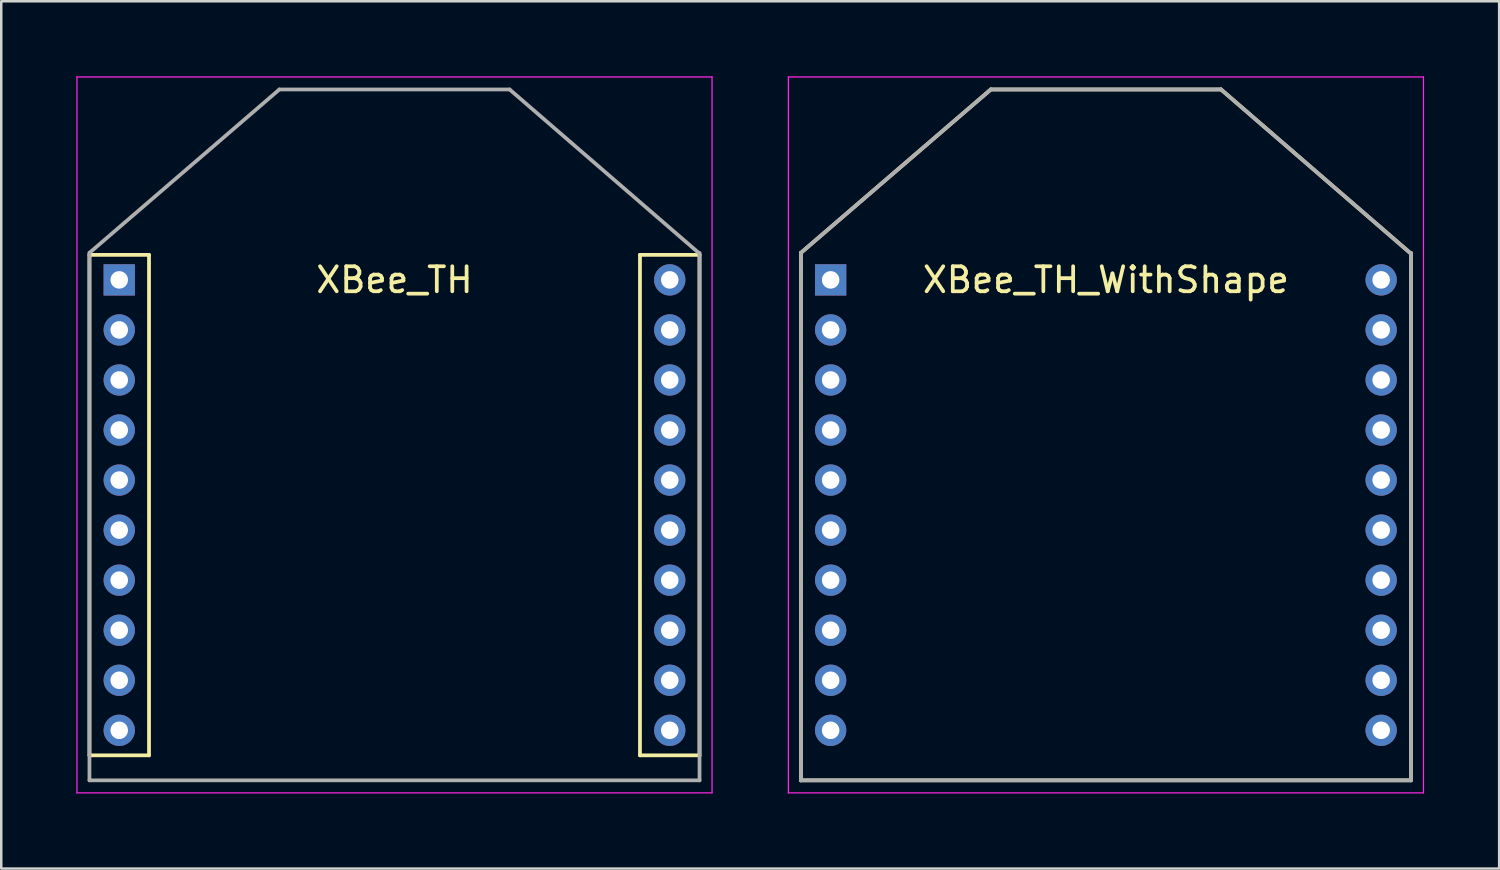
<source format=kicad_pcb>
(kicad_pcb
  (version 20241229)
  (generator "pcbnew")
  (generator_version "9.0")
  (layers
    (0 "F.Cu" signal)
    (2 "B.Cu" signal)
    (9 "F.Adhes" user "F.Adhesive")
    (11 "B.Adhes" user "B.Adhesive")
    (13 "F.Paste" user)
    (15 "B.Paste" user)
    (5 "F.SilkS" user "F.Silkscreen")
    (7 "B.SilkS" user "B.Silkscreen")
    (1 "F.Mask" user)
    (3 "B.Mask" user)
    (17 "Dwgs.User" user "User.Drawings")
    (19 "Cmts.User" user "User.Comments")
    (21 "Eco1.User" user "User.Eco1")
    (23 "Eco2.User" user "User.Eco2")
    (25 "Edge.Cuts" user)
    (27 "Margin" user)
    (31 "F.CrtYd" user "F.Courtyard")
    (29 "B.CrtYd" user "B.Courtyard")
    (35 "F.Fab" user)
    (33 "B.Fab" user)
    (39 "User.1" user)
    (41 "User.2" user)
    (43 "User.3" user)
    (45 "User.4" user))
  (footprint "XBee_TH_WithShape"
    (layer "F.Cu")
    (at 41.145 17.135)
    (property "Reference" "XBee_TH_WithShape" (at 0 -9 0) (layer "F.SilkS") (effects (font (size 1 1) (thickness 0.15))))
    (attr smd)
    (fp_line (start -12.19 -10.08) (end -12.19 11) (stroke (width 0.15) (type solid)) (layer "F.SilkS"))
    (fp_line (start -12.19 11) (end 12.19 11) (stroke (width 0.15) (type solid)) (layer "F.SilkS"))
    (fp_line (start -4.6 -16.61) (end -12.19 -10.08) (stroke (width 0.15) (type solid)) (layer "F.SilkS"))
    (fp_line (start -4.6 -16.61) (end 4.6 -16.61) (stroke (width 0.15) (type solid)) (layer "F.SilkS"))
    (fp_line (start 4.6 -16.61) (end 12.19 -10.05) (stroke (width 0.15) (type solid)) (layer "F.SilkS"))
    (fp_line (start 12.19 -10.08) (end 12.19 11) (stroke (width 0.15) (type solid)) (layer "F.SilkS"))
    (fp_line (start -12.69 -17.11) (end -12.69 11.5) (stroke (width 0.05) (type solid)) (layer "F.CrtYd"))
    (fp_line (start -12.69 -17.11) (end 12.69 -17.11) (stroke (width 0.05) (type solid)) (layer "F.CrtYd"))
    (fp_line (start -12.69 11.5) (end 12.69 11.5) (stroke (width 0.05) (type solid)) (layer "F.CrtYd"))
    (fp_line (start 12.69 -17.11) (end 12.69 11.5) (stroke (width 0.05) (type solid)) (layer "F.CrtYd"))
    (fp_line (start -12.19 -10.08) (end -12.19 11) (stroke (width 0.15) (type solid)) (layer "F.Fab"))
    (fp_line (start -12.19 11) (end 12.19 11) (stroke (width 0.15) (type solid)) (layer "F.Fab"))
    (fp_line (start -4.6 -16.61) (end -12.19 -10.08) (stroke (width 0.15) (type solid)) (layer "F.Fab"))
    (fp_line (start -4.6 -16.61) (end 4.6 -16.61) (stroke (width 0.15) (type solid)) (layer "F.Fab"))
    (fp_line (start 4.6 -16.61) (end 12.19 -10.05) (stroke (width 0.15) (type solid)) (layer "F.Fab"))
    (fp_line (start 12.19 -10.08) (end 12.19 11) (stroke (width 0.15) (type solid)) (layer "F.Fab"))
    (pad "1" thru_hole rect (at -11 -9) (size 1.25 1.25) (drill 0.7) (layers "*.Cu" "*.Mask"))
    (pad "2" thru_hole circle (at -11 -7) (size 1.25 1.25) (drill 0.7) (layers "*.Cu" "*.Mask"))
    (pad "3" thru_hole circle (at -11 -5) (size 1.25 1.25) (drill 0.7) (layers "*.Cu" "*.Mask"))
    (pad "4" thru_hole circle (at -11 -3) (size 1.25 1.25) (drill 0.7) (layers "*.Cu" "*.Mask"))
    (pad "5" thru_hole circle (at -11 -1) (size 1.25 1.25) (drill 0.7) (layers "*.Cu" "*.Mask"))
    (pad "6" thru_hole circle (at -11 1) (size 1.25 1.25) (drill 0.7) (layers "*.Cu" "*.Mask"))
    (pad "7" thru_hole circle (at -11 3) (size 1.25 1.25) (drill 0.7) (layers "*.Cu" "*.Mask"))
    (pad "8" thru_hole circle (at -11 5) (size 1.25 1.25) (drill 0.7) (layers "*.Cu" "*.Mask"))
    (pad "9" thru_hole circle (at -11 7) (size 1.25 1.25) (drill 0.7) (layers "*.Cu" "*.Mask"))
    (pad "10" thru_hole circle (at -11 9) (size 1.25 1.25) (drill 0.7) (layers "*.Cu" "*.Mask"))
    (pad "11" thru_hole circle (at 11 9) (size 1.25 1.25) (drill 0.7) (layers "*.Cu" "*.Mask"))
    (pad "12" thru_hole circle (at 11 7) (size 1.25 1.25) (drill 0.7) (layers "*.Cu" "*.Mask"))
    (pad "13" thru_hole circle (at 11 5) (size 1.25 1.25) (drill 0.7) (layers "*.Cu" "*.Mask"))
    (pad "14" thru_hole circle (at 11 3) (size 1.25 1.25) (drill 0.7) (layers "*.Cu" "*.Mask"))
    (pad "15" thru_hole circle (at 11 1) (size 1.25 1.25) (drill 0.7) (layers "*.Cu" "*.Mask"))
    (pad "16" thru_hole circle (at 11 -1) (size 1.25 1.25) (drill 0.7) (layers "*.Cu" "*.Mask"))
    (pad "17" thru_hole circle (at 11 -3) (size 1.25 1.25) (drill 0.7) (layers "*.Cu" "*.Mask"))
    (pad "18" thru_hole circle (at 11 -5) (size 1.25 1.25) (drill 0.7) (layers "*.Cu" "*.Mask"))
    (pad "19" thru_hole circle (at 11 -7) (size 1.25 1.25) (drill 0.7) (layers "*.Cu" "*.Mask"))
    (pad "20" thru_hole circle (at 11 -9) (size 1.25 1.25) (drill 0.7) (layers "*.Cu" "*.Mask")))
  (footprint "XBee_TH"
    (layer "F.Cu")
    (at 12.715 17.135)
    (property "Reference" "XBee_TH" (at 0 -9 0) (layer "F.SilkS") (effects (font (size 1 1) (thickness 0.15))))
    (attr smd)
    (fp_line (start -12.19 -10) (end -12.19 10) (stroke (width 0.15) (type solid)) (layer "F.SilkS"))
    (fp_line (start -12.19 -10) (end -9.81 -10) (stroke (width 0.15) (type solid)) (layer "F.SilkS"))
    (fp_line (start -12.19 10) (end -9.81 10) (stroke (width 0.15) (type solid)) (layer "F.SilkS"))
    (fp_line (start -9.81 -10) (end -9.81 10) (stroke (width 0.15) (type solid)) (layer "F.SilkS"))
    (fp_line (start 9.81 -10) (end 9.81 10) (stroke (width 0.15) (type solid)) (layer "F.SilkS"))
    (fp_line (start 9.81 -10) (end 12.19 -10) (stroke (width 0.15) (type solid)) (layer "F.SilkS"))
    (fp_line (start 9.81 10) (end 12.19 10) (stroke (width 0.15) (type solid)) (layer "F.SilkS"))
    (fp_line (start 12.19 -10) (end 12.19 10) (stroke (width 0.15) (type solid)) (layer "F.SilkS"))
    (fp_line (start -12.69 -17.11) (end -12.69 11.5) (stroke (width 0.05) (type solid)) (layer "F.CrtYd"))
    (fp_line (start -12.69 -17.11) (end 12.69 -17.11) (stroke (width 0.05) (type solid)) (layer "F.CrtYd"))
    (fp_line (start -12.69 11.5) (end 12.69 11.5) (stroke (width 0.05) (type solid)) (layer "F.CrtYd"))
    (fp_line (start 12.69 -17.11) (end 12.69 11.5) (stroke (width 0.05) (type solid)) (layer "F.CrtYd"))
    (fp_line (start -12.19 -10.08) (end -12.19 11) (stroke (width 0.15) (type solid)) (layer "F.Fab"))
    (fp_line (start -12.19 11) (end 12.19 11) (stroke (width 0.15) (type solid)) (layer "F.Fab"))
    (fp_line (start -4.6 -16.61) (end -12.19 -10.08) (stroke (width 0.15) (type solid)) (layer "F.Fab"))
    (fp_line (start -4.6 -16.61) (end 4.6 -16.61) (stroke (width 0.15) (type solid)) (layer "F.Fab"))
    (fp_line (start 4.6 -16.61) (end 12.19 -10.05) (stroke (width 0.15) (type solid)) (layer "F.Fab"))
    (fp_line (start 12.19 -10.08) (end 12.19 11) (stroke (width 0.15) (type solid)) (layer "F.Fab"))
    (pad "1" thru_hole rect (at -11 -9) (size 1.25 1.25) (drill 0.7) (layers "*.Cu" "*.Mask"))
    (pad "2" thru_hole circle (at -11 -7) (size 1.25 1.25) (drill 0.7) (layers "*.Cu" "*.Mask"))
    (pad "3" thru_hole circle (at -11 -5) (size 1.25 1.25) (drill 0.7) (layers "*.Cu" "*.Mask"))
    (pad "4" thru_hole circle (at -11 -3) (size 1.25 1.25) (drill 0.7) (layers "*.Cu" "*.Mask"))
    (pad "5" thru_hole circle (at -11 -1) (size 1.25 1.25) (drill 0.7) (layers "*.Cu" "*.Mask"))
    (pad "6" thru_hole circle (at -11 1) (size 1.25 1.25) (drill 0.7) (layers "*.Cu" "*.Mask"))
    (pad "7" thru_hole circle (at -11 3) (size 1.25 1.25) (drill 0.7) (layers "*.Cu" "*.Mask"))
    (pad "8" thru_hole circle (at -11 5) (size 1.25 1.25) (drill 0.7) (layers "*.Cu" "*.Mask"))
    (pad "9" thru_hole circle (at -11 7) (size 1.25 1.25) (drill 0.7) (layers "*.Cu" "*.Mask"))
    (pad "10" thru_hole circle (at -11 9) (size 1.25 1.25) (drill 0.7) (layers "*.Cu" "*.Mask"))
    (pad "11" thru_hole circle (at 11 9) (size 1.25 1.25) (drill 0.7) (layers "*.Cu" "*.Mask"))
    (pad "12" thru_hole circle (at 11 7) (size 1.25 1.25) (drill 0.7) (layers "*.Cu" "*.Mask"))
    (pad "13" thru_hole circle (at 11 5) (size 1.25 1.25) (drill 0.7) (layers "*.Cu" "*.Mask"))
    (pad "14" thru_hole circle (at 11 3) (size 1.25 1.25) (drill 0.7) (layers "*.Cu" "*.Mask"))
    (pad "15" thru_hole circle (at 11 1) (size 1.25 1.25) (drill 0.7) (layers "*.Cu" "*.Mask"))
    (pad "16" thru_hole circle (at 11 -1) (size 1.25 1.25) (drill 0.7) (layers "*.Cu" "*.Mask"))
    (pad "17" thru_hole circle (at 11 -3) (size 1.25 1.25) (drill 0.7) (layers "*.Cu" "*.Mask"))
    (pad "18" thru_hole circle (at 11 -5) (size 1.25 1.25) (drill 0.7) (layers "*.Cu" "*.Mask"))
    (pad "19" thru_hole circle (at 11 -7) (size 1.25 1.25) (drill 0.7) (layers "*.Cu" "*.Mask"))
    (pad "20" thru_hole circle (at 11 -9) (size 1.25 1.25) (drill 0.7) (layers "*.Cu" "*.Mask")))
  (gr_rect
    (start -3 -3)
    (end 56.86 31.66)
    (stroke (width 0.1) (type default))
    (fill no)
    (layer "Edge.Cuts")))
</source>
